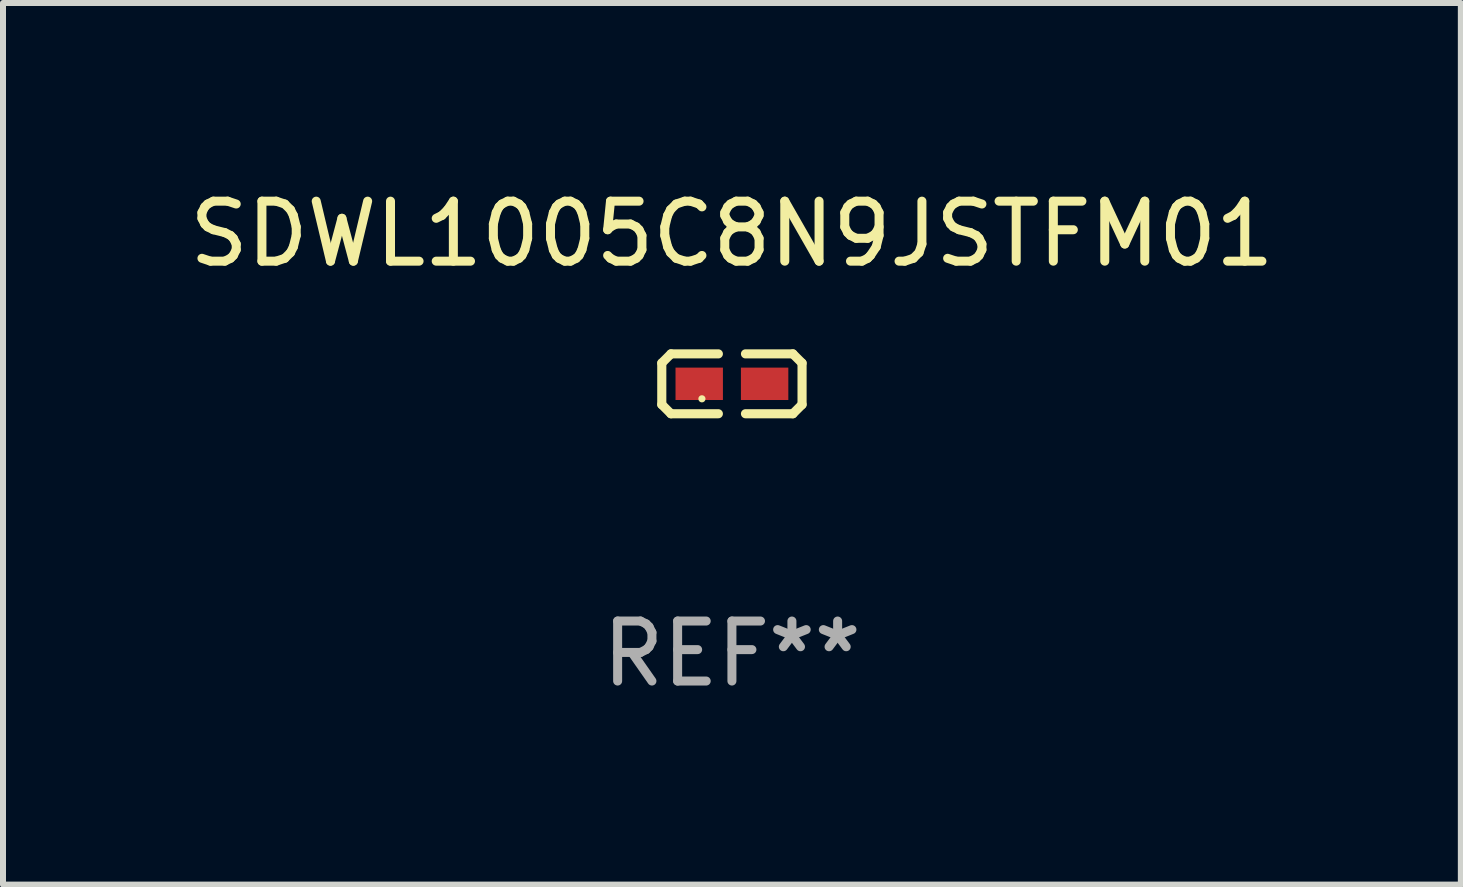
<source format=kicad_pcb>
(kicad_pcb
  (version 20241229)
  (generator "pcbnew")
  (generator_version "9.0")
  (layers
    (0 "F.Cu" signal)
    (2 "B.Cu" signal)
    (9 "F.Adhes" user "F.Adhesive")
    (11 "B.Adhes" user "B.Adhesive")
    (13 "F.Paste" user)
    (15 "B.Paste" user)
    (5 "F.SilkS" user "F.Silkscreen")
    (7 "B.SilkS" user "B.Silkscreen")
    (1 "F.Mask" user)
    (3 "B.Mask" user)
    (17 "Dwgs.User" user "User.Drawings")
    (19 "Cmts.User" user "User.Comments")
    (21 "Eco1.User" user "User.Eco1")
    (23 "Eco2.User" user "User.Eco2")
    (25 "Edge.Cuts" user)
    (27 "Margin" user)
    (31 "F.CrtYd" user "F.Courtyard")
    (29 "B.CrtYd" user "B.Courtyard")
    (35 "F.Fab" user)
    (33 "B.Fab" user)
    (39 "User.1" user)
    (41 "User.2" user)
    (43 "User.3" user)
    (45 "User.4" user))
  (footprint "SDWL1005C8N9JSTFM01"
    (layer "F.Cu")
    (at 9.149 3.347)
    (property "Reference" "SDWL1005C8N9JSTFM01" (at 0 -2.499 0) (layer "F.SilkS") (effects (font (size 1 1) (thickness 0.15))))
    (attr through_hole)
    (fp_line (start -1.169 -0.346) (end -1.016 -0.499) (stroke (width 0.152) (type solid)) (layer "F.SilkS"))
    (fp_line (start -1.169 0.346) (end -1.169 -0.346) (stroke (width 0.152) (type solid)) (layer "F.SilkS"))
    (fp_line (start -1.016 -0.499) (end -0.226 -0.499) (stroke (width 0.152) (type solid)) (layer "F.SilkS"))
    (fp_line (start -1.016 0.499) (end -1.169 0.346) (stroke (width 0.152) (type solid)) (layer "F.SilkS"))
    (fp_line (start -0.226 0.499) (end -1.016 0.499) (stroke (width 0.152) (type solid)) (layer "F.SilkS"))
    (fp_line (start 0.226 0.499) (end 1.016 0.499) (stroke (width 0.152) (type solid)) (layer "F.SilkS"))
    (fp_line (start 1.016 -0.499) (end 0.226 -0.499) (stroke (width 0.152) (type solid)) (layer "F.SilkS"))
    (fp_line (start 1.016 0.499) (end 1.169 0.346) (stroke (width 0.152) (type solid)) (layer "F.SilkS"))
    (fp_line (start 1.169 -0.346) (end 1.016 -0.499) (stroke (width 0.152) (type solid)) (layer "F.SilkS"))
    (fp_line (start 1.169 0.346) (end 1.169 -0.346) (stroke (width 0.152) (type solid)) (layer "F.SilkS"))
    (fp_circle (center -0.5 0.25) (end -0.47 0.25) (stroke (width 0.06) (type solid)) (fill no) (layer "F.SilkS"))
    (fp_text user "REF**" (at 0 4.499 0) (layer "F.Fab") (effects (font (size 1 1) (thickness 0.15))))
    (pad "1" smd rect (at -0.545 0) (size 0.79 0.54) (layers "F.Cu" "F.Mask" "F.Paste"))
    (pad "2" smd rect (at 0.545 0) (size 0.79 0.54) (layers "F.Cu" "F.Mask" "F.Paste")))
  (gr_rect
    (start -3 -3)
    (end 21.298 11.694)
    (stroke (width 0.1) (type default))
    (fill no)
    (layer "Edge.Cuts")))
</source>
